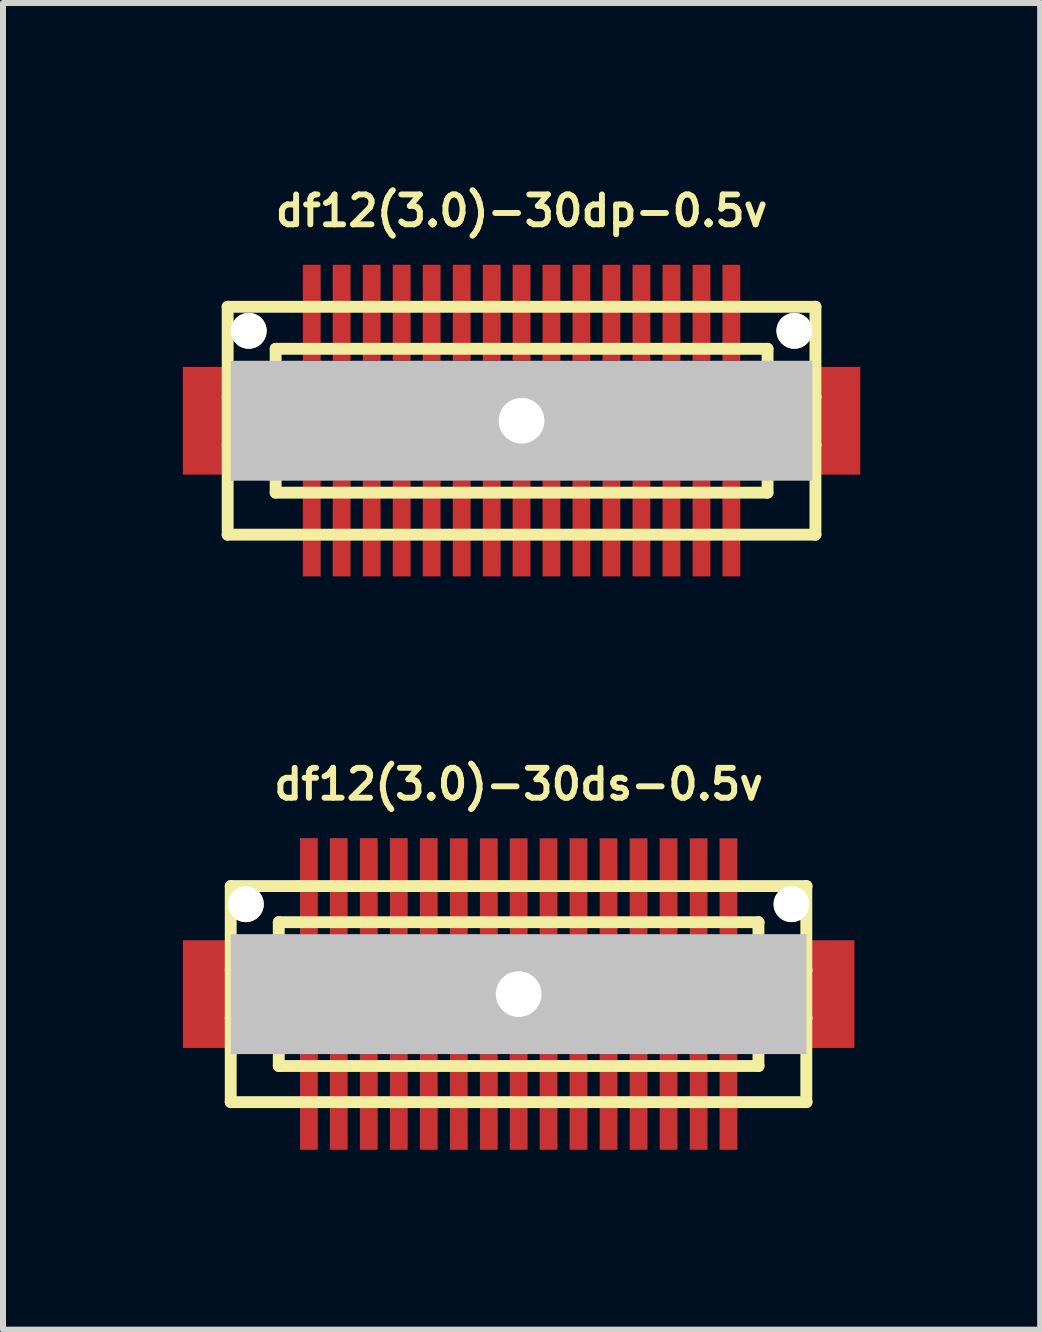
<source format=kicad_pcb>
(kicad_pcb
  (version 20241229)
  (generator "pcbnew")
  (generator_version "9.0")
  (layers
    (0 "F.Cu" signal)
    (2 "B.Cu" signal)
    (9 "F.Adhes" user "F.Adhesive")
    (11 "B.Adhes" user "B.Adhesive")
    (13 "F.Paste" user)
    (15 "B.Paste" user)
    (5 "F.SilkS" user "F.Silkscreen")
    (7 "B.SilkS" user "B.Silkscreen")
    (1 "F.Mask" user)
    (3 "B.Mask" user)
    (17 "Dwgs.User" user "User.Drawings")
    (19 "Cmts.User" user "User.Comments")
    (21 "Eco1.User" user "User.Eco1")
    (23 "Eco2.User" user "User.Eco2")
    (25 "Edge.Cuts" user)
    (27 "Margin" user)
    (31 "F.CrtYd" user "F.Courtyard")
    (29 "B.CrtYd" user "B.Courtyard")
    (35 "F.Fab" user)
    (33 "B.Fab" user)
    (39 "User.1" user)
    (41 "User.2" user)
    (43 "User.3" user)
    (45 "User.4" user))
  (footprint "df12(3.0)-30ds-0.5v"
    (layer "F.Cu")
    (at 5.598 13.525)
    (property "Reference" "df12(3.0)-30ds-0.5v" (at 0 -3.5 0) (layer "F.SilkS") (effects (font (size 0.498 0.498) (thickness 0.099))))
    (attr through_hole)
    (fp_line (start -4.801 1.801) (end -4.801 -1.801) (stroke (width 0.198) (type solid)) (layer "F.SilkS"))
    (fp_line (start -4.801 1.801) (end 4.801 1.801) (stroke (width 0.198) (type solid)) (layer "F.SilkS"))
    (fp_line (start -4 -0.701) (end 4 -0.701) (stroke (width 0.198) (type solid)) (layer "F.SilkS"))
    (fp_line (start -4 -0.399) (end -4.801 -0.399) (stroke (width 0.198) (type solid)) (layer "F.SilkS"))
    (fp_line (start -4 0.399) (end -4.801 0.399) (stroke (width 0.198) (type solid)) (layer "F.SilkS"))
    (fp_line (start -4 1.199) (end -4 -1.199) (stroke (width 0.198) (type solid)) (layer "F.SilkS"))
    (fp_line (start 3.998 -1.199) (end 3.998 1.199) (stroke (width 0.198) (type solid)) (layer "F.SilkS"))
    (fp_line (start 4 -1.199) (end -4 -1.199) (stroke (width 0.198) (type solid)) (layer "F.SilkS"))
    (fp_line (start 4 -0.399) (end 4.801 -0.399) (stroke (width 0.198) (type solid)) (layer "F.SilkS"))
    (fp_line (start 4 0.701) (end -4 0.701) (stroke (width 0.198) (type solid)) (layer "F.SilkS"))
    (fp_line (start 4 1.199) (end -4 1.199) (stroke (width 0.198) (type solid)) (layer "F.SilkS"))
    (fp_line (start 4.796 -1.801) (end 4.796 1.801) (stroke (width 0.198) (type solid)) (layer "F.SilkS"))
    (fp_line (start 4.801 -1.801) (end -4.801 -1.801) (stroke (width 0.198) (type solid)) (layer "F.SilkS"))
    (fp_line (start 4.801 0.399) (end 4 0.399) (stroke (width 0.198) (type solid)) (layer "F.SilkS"))
    (pad "" smd rect (at -5.199 0) (size 0.798 1.796) (layers "F.Cu" "F.Mask" "F.Paste"))
    (pad "" np_thru_hole circle (at -4.549 -1.499) (size 0.597 0.597) (drill 0.597) (layers "*.Cu" "*.Mask" "F.SilkS"))
    (pad "" np_thru_hole rect (at 0 0) (size 9.599 1.999) (drill 0.762) (layers "Dwgs.User"))
    (pad "" np_thru_hole circle (at 4.549 -1.499) (size 0.597 0.597) (drill 0.597) (layers "*.Cu" "*.Mask" "F.SilkS"))
    (pad "" smd rect (at 5.199 0) (size 0.798 1.796) (layers "F.Cu" "F.Mask" "F.Paste"))
    (pad "1" smd rect (at -3.498 1.796) (size 0.297 1.598) (layers "F.Cu" "F.Mask" "F.Paste"))
    (pad "2" smd rect (at -3 1.796) (size 0.297 1.598) (layers "F.Cu" "F.Mask" "F.Paste"))
    (pad "3" smd rect (at -2.499 1.796) (size 0.297 1.598) (layers "F.Cu" "F.Mask" "F.Paste"))
    (pad "4" smd rect (at -1.999 1.796) (size 0.297 1.598) (layers "F.Cu" "F.Mask" "F.Paste"))
    (pad "5" smd rect (at -1.499 1.796) (size 0.297 1.598) (layers "F.Cu" "F.Mask" "F.Paste"))
    (pad "6" smd rect (at -0.998 1.796) (size 0.297 1.598) (layers "F.Cu" "F.Mask" "F.Paste"))
    (pad "7" smd rect (at -0.498 1.796) (size 0.297 1.598) (layers "F.Cu" "F.Mask" "F.Paste"))
    (pad "8" smd rect (at 0 1.796) (size 0.297 1.598) (layers "F.Cu" "F.Mask" "F.Paste"))
    (pad "9" smd rect (at 0.498 1.796) (size 0.297 1.598) (layers "F.Cu" "F.Mask" "F.Paste"))
    (pad "10" smd rect (at 0.998 1.796) (size 0.297 1.598) (layers "F.Cu" "F.Mask" "F.Paste"))
    (pad "11" smd rect (at 1.499 1.796) (size 0.297 1.598) (layers "F.Cu" "F.Mask" "F.Paste"))
    (pad "12" smd rect (at 1.999 1.796) (size 0.297 1.598) (layers "F.Cu" "F.Mask" "F.Paste"))
    (pad "13" smd rect (at 2.499 1.796) (size 0.297 1.598) (layers "F.Cu" "F.Mask" "F.Paste"))
    (pad "14" smd rect (at 3 1.796) (size 0.297 1.598) (layers "F.Cu" "F.Mask" "F.Paste"))
    (pad "15" smd rect (at 3.498 1.796) (size 0.297 1.598) (layers "F.Cu" "F.Mask" "F.Paste"))
    (pad "16" smd rect (at 3.498 -1.798) (size 0.297 1.598) (layers "F.Cu" "F.Mask" "F.Paste"))
    (pad "17" smd rect (at 3 -1.798) (size 0.297 1.598) (layers "F.Cu" "F.Mask" "F.Paste"))
    (pad "18" smd rect (at 2.499 -1.798) (size 0.297 1.598) (layers "F.Cu" "F.Mask" "F.Paste"))
    (pad "19" smd rect (at 1.999 -1.798) (size 0.297 1.598) (layers "F.Cu" "F.Mask" "F.Paste"))
    (pad "20" smd rect (at 1.499 -1.798) (size 0.297 1.598) (layers "F.Cu" "F.Mask" "F.Paste"))
    (pad "21" smd rect (at 0.998 -1.798) (size 0.297 1.598) (layers "F.Cu" "F.Mask" "F.Paste"))
    (pad "22" smd rect (at 0.498 -1.798) (size 0.297 1.598) (layers "F.Cu" "F.Mask" "F.Paste"))
    (pad "23" smd rect (at 0 -1.798) (size 0.297 1.598) (layers "F.Cu" "F.Mask" "F.Paste"))
    (pad "24" smd rect (at -0.498 -1.798) (size 0.297 1.598) (layers "F.Cu" "F.Mask" "F.Paste"))
    (pad "25" smd rect (at -0.998 -1.798) (size 0.297 1.598) (layers "F.Cu" "F.Mask" "F.Paste"))
    (pad "26" smd rect (at -1.499 -1.801) (size 0.297 1.598) (layers "F.Cu" "F.Mask" "F.Paste"))
    (pad "27" smd rect (at -1.999 -1.801) (size 0.297 1.598) (layers "F.Cu" "F.Mask" "F.Paste"))
    (pad "28" smd rect (at -2.499 -1.801) (size 0.297 1.598) (layers "F.Cu" "F.Mask" "F.Paste"))
    (pad "29" smd rect (at -3 -1.801) (size 0.297 1.598) (layers "F.Cu" "F.Mask" "F.Paste"))
    (pad "30" smd rect (at -3.498 -1.801) (size 0.297 1.598) (layers "F.Cu" "F.Mask" "F.Paste")))
  (footprint "df12(3.0)-30dp-0.5v"
    (layer "F.Cu")
    (at 5.646 3.965)
    (property "Reference" "df12(3.0)-30dp-0.5v" (at 0 -3.5 0) (layer "F.SilkS") (effects (font (size 0.498 0.498) (thickness 0.099))))
    (attr through_hole)
    (fp_line (start -4.9 -1.9) (end -4.9 1.9) (stroke (width 0.198) (type solid)) (layer "F.SilkS"))
    (fp_line (start -4.9 -1.9) (end 4.9 -1.9) (stroke (width 0.198) (type solid)) (layer "F.SilkS"))
    (fp_line (start -4.1 -0.399) (end -4.9 -0.399) (stroke (width 0.198) (type solid)) (layer "F.SilkS"))
    (fp_line (start -4.1 0.399) (end -4.9 0.399) (stroke (width 0.198) (type solid)) (layer "F.SilkS"))
    (fp_line (start -4.1 1.199) (end -4.1 -1.199) (stroke (width 0.198) (type solid)) (layer "F.SilkS"))
    (fp_line (start -4.1 1.199) (end 4.1 1.199) (stroke (width 0.198) (type solid)) (layer "F.SilkS"))
    (fp_line (start 4.1 -1.199) (end -4.1 -1.199) (stroke (width 0.198) (type solid)) (layer "F.SilkS"))
    (fp_line (start 4.102 -1.199) (end 4.102 1.199) (stroke (width 0.198) (type solid)) (layer "F.SilkS"))
    (fp_line (start 4.102 -0.399) (end 4.902 -0.399) (stroke (width 0.198) (type solid)) (layer "F.SilkS"))
    (fp_line (start 4.9 1.9) (end -4.9 1.9) (stroke (width 0.198) (type solid)) (layer "F.SilkS"))
    (fp_line (start 4.9 1.9) (end 4.9 -1.9) (stroke (width 0.198) (type solid)) (layer "F.SilkS"))
    (fp_line (start 4.902 0.399) (end 4.102 0.399) (stroke (width 0.198) (type solid)) (layer "F.SilkS"))
    (pad "" smd rect (at -5.248 0) (size 0.798 1.796) (layers "F.Cu" "F.Mask" "F.Paste"))
    (pad "" np_thru_hole circle (at -4.549 -1.499) (size 0.597 0.597) (drill 0.597) (layers "*.Cu" "*.Mask" "F.SilkS"))
    (pad "" np_thru_hole rect (at 0 0) (size 9.698 1.999) (drill 0.762) (layers "Dwgs.User"))
    (pad "" np_thru_hole circle (at 4.549 -1.499) (size 0.597 0.597) (drill 0.597) (layers "*.Cu" "*.Mask" "F.SilkS"))
    (pad "" smd rect (at 5.248 0) (size 0.798 1.796) (layers "F.Cu" "F.Mask" "F.Paste"))
    (pad "1" smd rect (at 3.498 1.796) (size 0.297 1.598) (layers "F.Cu" "F.Mask" "F.Paste"))
    (pad "2" smd rect (at 3 1.796) (size 0.297 1.598) (layers "F.Cu" "F.Mask" "F.Paste"))
    (pad "3" smd rect (at 2.499 1.796) (size 0.297 1.598) (layers "F.Cu" "F.Mask" "F.Paste"))
    (pad "4" smd rect (at 1.999 1.796) (size 0.297 1.598) (layers "F.Cu" "F.Mask" "F.Paste"))
    (pad "5" smd rect (at 1.499 1.796) (size 0.297 1.598) (layers "F.Cu" "F.Mask" "F.Paste"))
    (pad "6" smd rect (at 0.998 1.796) (size 0.297 1.598) (layers "F.Cu" "F.Mask" "F.Paste"))
    (pad "7" smd rect (at 0.498 1.796) (size 0.297 1.598) (layers "F.Cu" "F.Mask" "F.Paste"))
    (pad "8" smd rect (at 0 1.796) (size 0.297 1.598) (layers "F.Cu" "F.Mask" "F.Paste"))
    (pad "9" smd rect (at -0.498 1.796) (size 0.297 1.598) (layers "F.Cu" "F.Mask" "F.Paste"))
    (pad "10" smd rect (at -0.998 1.796) (size 0.297 1.598) (layers "F.Cu" "F.Mask" "F.Paste"))
    (pad "11" smd rect (at -1.499 1.796) (size 0.297 1.598) (layers "F.Cu" "F.Mask" "F.Paste"))
    (pad "12" smd rect (at -1.999 1.796) (size 0.297 1.598) (layers "F.Cu" "F.Mask" "F.Paste"))
    (pad "13" smd rect (at -2.499 1.796) (size 0.297 1.598) (layers "F.Cu" "F.Mask" "F.Paste"))
    (pad "14" smd rect (at -3 1.796) (size 0.297 1.598) (layers "F.Cu" "F.Mask" "F.Paste"))
    (pad "15" smd rect (at -3.498 1.796) (size 0.297 1.598) (layers "F.Cu" "F.Mask" "F.Paste"))
    (pad "16" smd rect (at -3.498 -1.801) (size 0.297 1.598) (layers "F.Cu" "F.Mask" "F.Paste"))
    (pad "17" smd rect (at -3 -1.801) (size 0.297 1.598) (layers "F.Cu" "F.Mask" "F.Paste"))
    (pad "18" smd rect (at -2.499 -1.801) (size 0.297 1.598) (layers "F.Cu" "F.Mask" "F.Paste"))
    (pad "19" smd rect (at -1.999 -1.801) (size 0.297 1.598) (layers "F.Cu" "F.Mask" "F.Paste"))
    (pad "20" smd rect (at -1.499 -1.801) (size 0.297 1.598) (layers "F.Cu" "F.Mask" "F.Paste"))
    (pad "21" smd rect (at -0.998 -1.801) (size 0.297 1.598) (layers "F.Cu" "F.Mask" "F.Paste"))
    (pad "22" smd rect (at -0.498 -1.801) (size 0.297 1.598) (layers "F.Cu" "F.Mask" "F.Paste"))
    (pad "23" smd rect (at 0 -1.801) (size 0.297 1.598) (layers "F.Cu" "F.Mask" "F.Paste"))
    (pad "24" smd rect (at 0.498 -1.801) (size 0.297 1.598) (layers "F.Cu" "F.Mask" "F.Paste"))
    (pad "25" smd rect (at 0.998 -1.801) (size 0.297 1.598) (layers "F.Cu" "F.Mask" "F.Paste"))
    (pad "26" smd rect (at 1.499 -1.801) (size 0.297 1.598) (layers "F.Cu" "F.Mask" "F.Paste"))
    (pad "27" smd rect (at 1.999 -1.801) (size 0.297 1.598) (layers "F.Cu" "F.Mask" "F.Paste"))
    (pad "28" smd rect (at 2.499 -1.801) (size 0.297 1.598) (layers "F.Cu" "F.Mask" "F.Paste"))
    (pad "29" smd rect (at 3 -1.801) (size 0.297 1.598) (layers "F.Cu" "F.Mask" "F.Paste"))
    (pad "30" smd rect (at 3.498 -1.801) (size 0.297 1.598) (layers "F.Cu" "F.Mask" "F.Paste")))
  (gr_rect
    (start -3 -3)
    (end 14.293 19.12)
    (stroke (width 0.1) (type default))
    (fill no)
    (layer "Edge.Cuts")))
</source>
